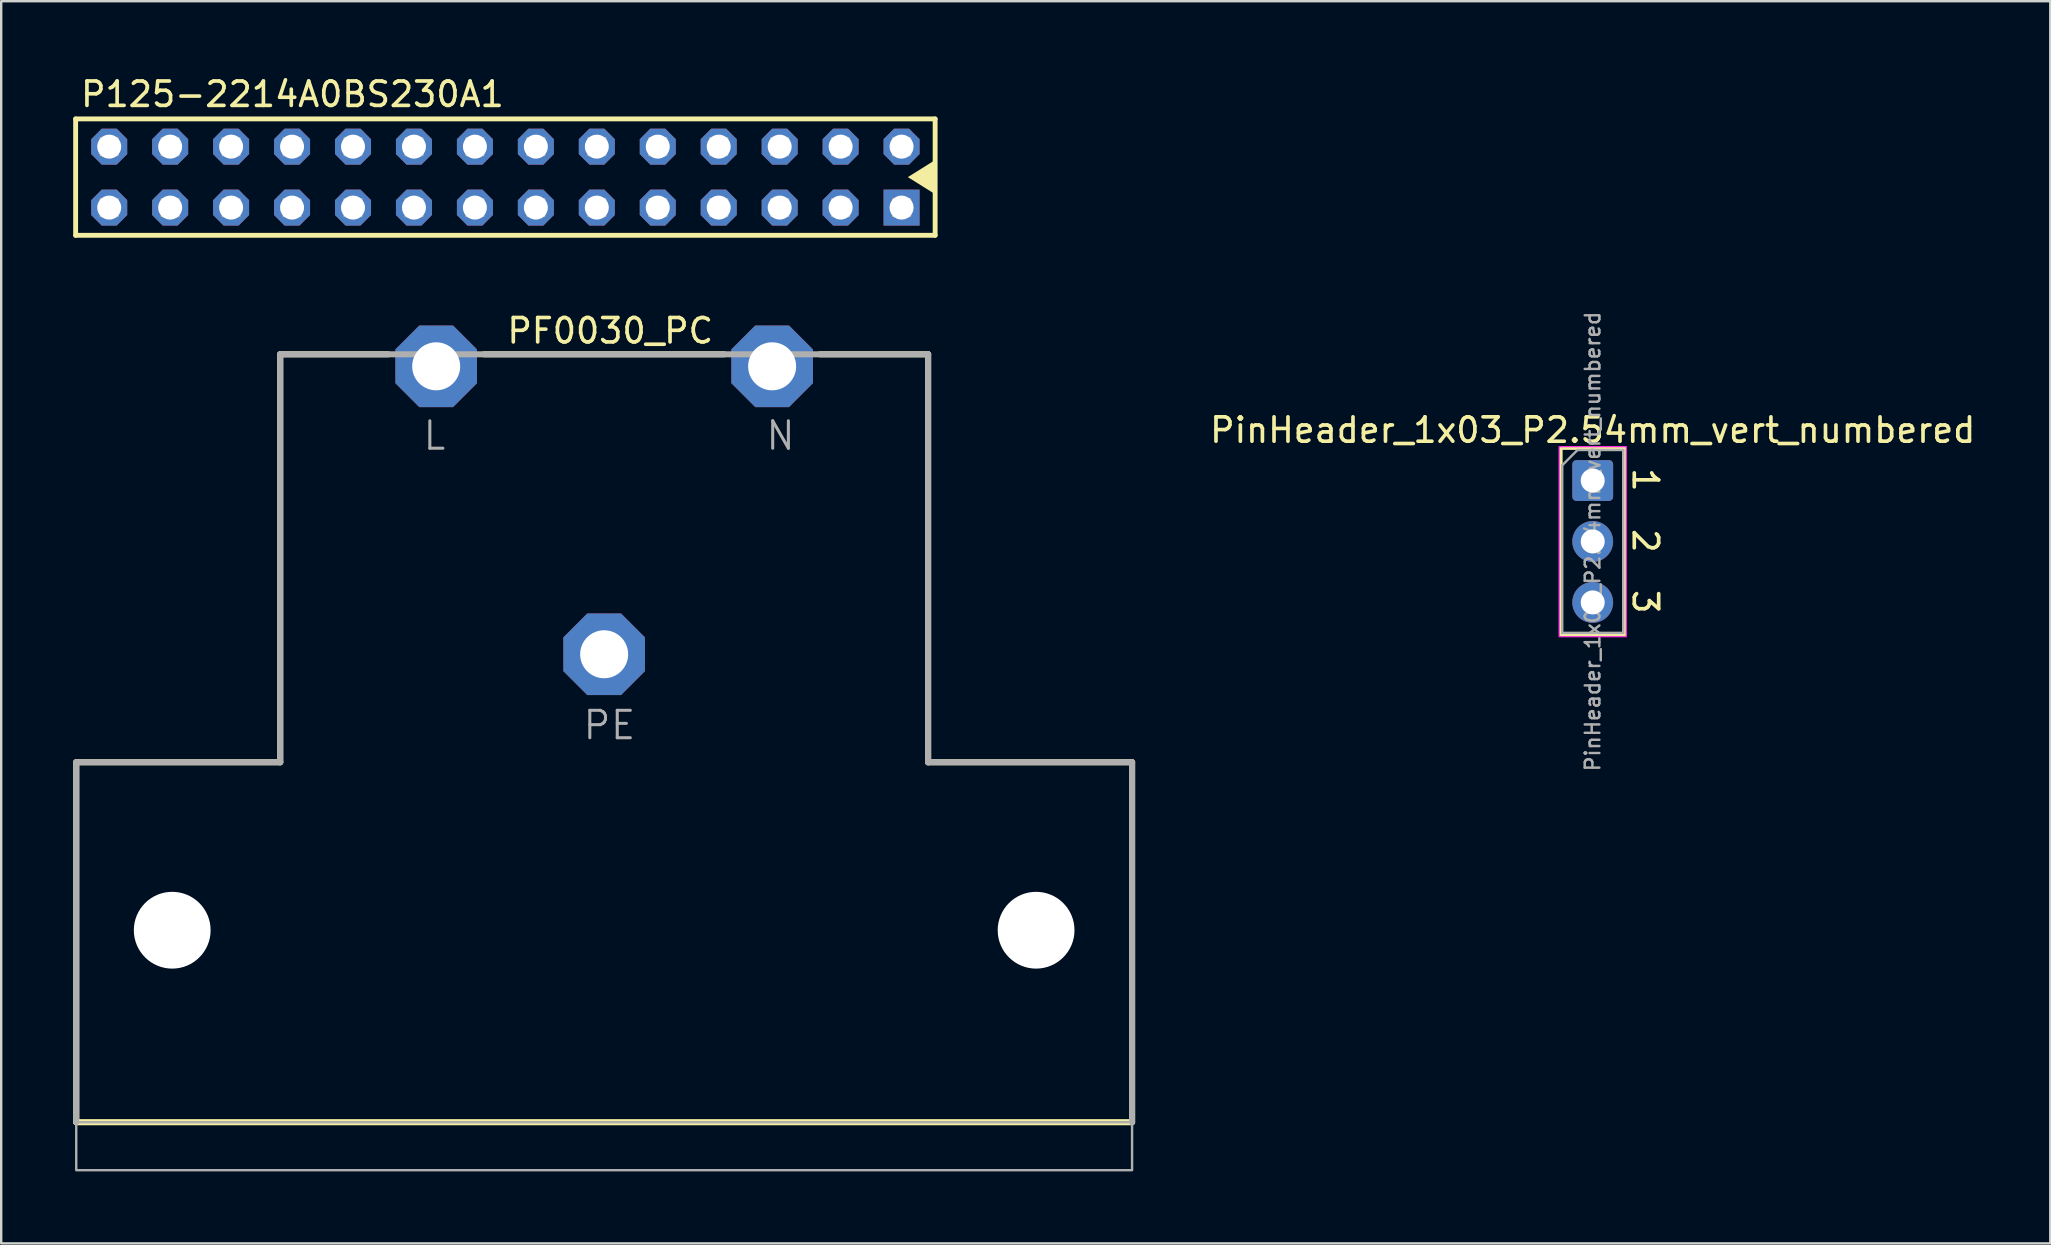
<source format=kicad_pcb>
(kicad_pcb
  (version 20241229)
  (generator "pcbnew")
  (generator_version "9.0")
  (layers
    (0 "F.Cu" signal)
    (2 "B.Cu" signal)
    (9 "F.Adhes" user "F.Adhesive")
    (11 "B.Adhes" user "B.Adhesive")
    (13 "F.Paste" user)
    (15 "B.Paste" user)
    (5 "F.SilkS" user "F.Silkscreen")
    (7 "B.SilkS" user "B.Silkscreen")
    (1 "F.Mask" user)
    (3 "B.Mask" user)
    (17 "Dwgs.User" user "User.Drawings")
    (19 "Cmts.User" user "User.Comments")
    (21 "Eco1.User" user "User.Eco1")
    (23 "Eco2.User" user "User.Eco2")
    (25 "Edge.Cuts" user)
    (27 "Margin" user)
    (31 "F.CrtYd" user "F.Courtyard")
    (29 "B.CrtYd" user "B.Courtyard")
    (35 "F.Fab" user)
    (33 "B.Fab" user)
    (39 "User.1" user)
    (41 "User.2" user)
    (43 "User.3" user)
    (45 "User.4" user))
  (footprint "PF0030_PC"
    (layer "F.Cu")
    (at 22.127 43.715)
    (property "Reference" "PF0030_PC" (at -4.128 -32.385 0) (layer "F.SilkS") (effects (font (size 1.016 1.016) (thickness 0.152)) (justify left bottom)))
    (attr through_hole)
    (fp_line (start -22 -15) (end -22 0) (stroke (width 0.254) (type solid)) (layer "F.SilkS"))
    (fp_line (start -22 0) (end 22 0) (stroke (width 0.254) (type solid)) (layer "F.SilkS"))
    (fp_line (start -13.5 -32) (end -13.5 -15) (stroke (width 0.254) (type solid)) (layer "F.SilkS"))
    (fp_line (start -13.5 -15) (end -22 -15) (stroke (width 0.254) (type solid)) (layer "F.SilkS"))
    (fp_line (start -9 -32) (end -13.5 -32) (stroke (width 0.254) (type solid)) (layer "F.SilkS"))
    (fp_line (start 5 -32) (end -5 -32) (stroke (width 0.254) (type solid)) (layer "F.SilkS"))
    (fp_line (start 9 -32) (end 13.5 -32) (stroke (width 0.254) (type solid)) (layer "F.SilkS"))
    (fp_line (start 13.5 -15) (end 13.5 -32) (stroke (width 0.254) (type solid)) (layer "F.SilkS"))
    (fp_line (start 22 -15) (end 13.5 -15) (stroke (width 0.254) (type solid)) (layer "F.SilkS"))
    (fp_line (start 22 0) (end 22 -15) (stroke (width 0.254) (type solid)) (layer "F.SilkS"))
    (fp_line (start -22 -15) (end -22 0) (stroke (width 0.254) (type solid)) (layer "F.Fab"))
    (fp_line (start -13.5 -32) (end -13.5 -15) (stroke (width 0.254) (type solid)) (layer "F.Fab"))
    (fp_line (start -13.5 -15) (end -22 -15) (stroke (width 0.254) (type solid)) (layer "F.Fab"))
    (fp_line (start 13.5 -32) (end -13.5 -32) (stroke (width 0.254) (type solid)) (layer "F.Fab"))
    (fp_line (start 13.5 -15) (end 13.5 -32) (stroke (width 0.254) (type solid)) (layer "F.Fab"))
    (fp_line (start 22 -15) (end 13.5 -15) (stroke (width 0.254) (type solid)) (layer "F.Fab"))
    (fp_line (start 22 0) (end 22 -15) (stroke (width 0.254) (type solid)) (layer "F.Fab"))
    (fp_poly (pts (xy -22 2) (xy 22 2) (xy 22 0) (xy -22 0)) (stroke (width 0.1) (type default)) (fill no) (layer "F.Fab"))
    (fp_text user "N" (at 6.668 -27.94 0) (layer "F.Fab") (effects (font (size 1.143 1.143) (thickness 0.127)) (justify left bottom)))
    (fp_text user "L" (at -7.62 -27.94 0) (layer "F.Fab") (effects (font (size 1.143 1.143) (thickness 0.127)) (justify left bottom)))
    (fp_text user "PE" (at -0.953 -15.875 0) (layer "F.Fab") (effects (font (size 1.143 1.143) (thickness 0.127)) (justify left bottom)))
    (pad "" np_thru_hole circle (at -18 -8) (size 3.2 3.2) (drill 3.2) (layers "*.Cu" "*.Mask"))
    (pad "" np_thru_hole circle (at 18 -8) (size 3.2 3.2) (drill 3.2) (layers "*.Cu" "*.Mask"))
    (pad "L" thru_hole roundrect (at -7 -31.5 270) (size 3.4 3.4) (drill 2) (layers "*.Cu" "*.Mask") (roundrect_rratio 0.25) (chamfer_ratio 0.293) (chamfer top_left top_right bottom_left bottom_right))
    (pad "N" thru_hole roundrect (at 7 -31.5 270) (size 3.4 3.4) (drill 2) (layers "*.Cu" "*.Mask") (roundrect_rratio 0.25) (chamfer_ratio 0.293) (chamfer top_left top_right bottom_left bottom_right))
    (pad "PE" thru_hole roundrect (at 0 -19.5 270) (size 3.4 3.4) (drill 2) (layers "*.Cu" "*.Mask") (roundrect_rratio 0.25) (chamfer_ratio 0.293) (chamfer top_left top_right bottom_left bottom_right)))
  (footprint "P125-2214A0BS230A1"
    (layer "F.Cu")
    (at 1.501 5.601)
    (property "Reference" "P125-2214A0BS230A1" (at -1.27 -4.128 0) (layer "F.SilkS") (effects (font (size 1.016 1.016) (thickness 0.152)) (justify left bottom)))
    (attr through_hole)
    (fp_line (start -1.399 -3.695) (end 34.419 -3.695) (stroke (width 0.203) (type solid)) (layer "F.SilkS"))
    (fp_line (start -1.399 1.155) (end -1.399 -3.695) (stroke (width 0.203) (type solid)) (layer "F.SilkS"))
    (fp_line (start 34.419 -3.695) (end 34.419 1.155) (stroke (width 0.203) (type solid)) (layer "F.SilkS"))
    (fp_line (start 34.419 1.155) (end -1.399 1.155) (stroke (width 0.203) (type solid)) (layer "F.SilkS"))
    (fp_poly (pts (xy 34.48 -0.52) (xy 33.281 -1.27) (xy 34.48 -2.02)) (stroke (width 0) (type default)) (fill yes) (layer "F.SilkS"))
    (fp_poly (pts (xy -0.35 -2.19) (xy 0.35 -2.19) (xy 0.35 -2.89) (xy -0.35 -2.89)) (stroke (width 0.1) (type default)) (fill no) (layer "F.Fab"))
    (fp_poly (pts (xy -0.35 0.35) (xy 0.35 0.35) (xy 0.35 -0.35) (xy -0.35 -0.35)) (stroke (width 0.1) (type default)) (fill no) (layer "F.Fab"))
    (fp_poly (pts (xy 2.19 -2.19) (xy 2.89 -2.19) (xy 2.89 -2.89) (xy 2.19 -2.89)) (stroke (width 0.1) (type default)) (fill no) (layer "F.Fab"))
    (fp_poly (pts (xy 2.19 0.35) (xy 2.89 0.35) (xy 2.89 -0.35) (xy 2.19 -0.35)) (stroke (width 0.1) (type default)) (fill no) (layer "F.Fab"))
    (fp_poly (pts (xy 4.73 -2.19) (xy 5.43 -2.19) (xy 5.43 -2.89) (xy 4.73 -2.89)) (stroke (width 0.1) (type default)) (fill no) (layer "F.Fab"))
    (fp_poly (pts (xy 4.73 0.35) (xy 5.43 0.35) (xy 5.43 -0.35) (xy 4.73 -0.35)) (stroke (width 0.1) (type default)) (fill no) (layer "F.Fab"))
    (fp_poly (pts (xy 7.27 -2.19) (xy 7.97 -2.19) (xy 7.97 -2.89) (xy 7.27 -2.89)) (stroke (width 0.1) (type default)) (fill no) (layer "F.Fab"))
    (fp_poly (pts (xy 7.27 0.35) (xy 7.97 0.35) (xy 7.97 -0.35) (xy 7.27 -0.35)) (stroke (width 0.1) (type default)) (fill no) (layer "F.Fab"))
    (fp_poly (pts (xy 9.81 -2.19) (xy 10.51 -2.19) (xy 10.51 -2.89) (xy 9.81 -2.89)) (stroke (width 0.1) (type default)) (fill no) (layer "F.Fab"))
    (fp_poly (pts (xy 9.81 0.35) (xy 10.51 0.35) (xy 10.51 -0.35) (xy 9.81 -0.35)) (stroke (width 0.1) (type default)) (fill no) (layer "F.Fab"))
    (fp_poly (pts (xy 12.35 -2.19) (xy 13.05 -2.19) (xy 13.05 -2.89) (xy 12.35 -2.89)) (stroke (width 0.1) (type default)) (fill no) (layer "F.Fab"))
    (fp_poly (pts (xy 12.35 0.35) (xy 13.05 0.35) (xy 13.05 -0.35) (xy 12.35 -0.35)) (stroke (width 0.1) (type default)) (fill no) (layer "F.Fab"))
    (fp_poly (pts (xy 14.89 -2.19) (xy 15.59 -2.19) (xy 15.59 -2.89) (xy 14.89 -2.89)) (stroke (width 0.1) (type default)) (fill no) (layer "F.Fab"))
    (fp_poly (pts (xy 14.89 0.35) (xy 15.59 0.35) (xy 15.59 -0.35) (xy 14.89 -0.35)) (stroke (width 0.1) (type default)) (fill no) (layer "F.Fab"))
    (fp_poly (pts (xy 17.43 -2.19) (xy 18.13 -2.19) (xy 18.13 -2.89) (xy 17.43 -2.89)) (stroke (width 0.1) (type default)) (fill no) (layer "F.Fab"))
    (fp_poly (pts (xy 17.43 0.35) (xy 18.13 0.35) (xy 18.13 -0.35) (xy 17.43 -0.35)) (stroke (width 0.1) (type default)) (fill no) (layer "F.Fab"))
    (fp_poly (pts (xy 19.97 -2.19) (xy 20.67 -2.19) (xy 20.67 -2.89) (xy 19.97 -2.89)) (stroke (width 0.1) (type default)) (fill no) (layer "F.Fab"))
    (fp_poly (pts (xy 19.97 0.35) (xy 20.67 0.35) (xy 20.67 -0.35) (xy 19.97 -0.35)) (stroke (width 0.1) (type default)) (fill no) (layer "F.Fab"))
    (fp_poly (pts (xy 22.51 -2.19) (xy 23.21 -2.19) (xy 23.21 -2.89) (xy 22.51 -2.89)) (stroke (width 0.1) (type default)) (fill no) (layer "F.Fab"))
    (fp_poly (pts (xy 22.51 0.35) (xy 23.21 0.35) (xy 23.21 -0.35) (xy 22.51 -0.35)) (stroke (width 0.1) (type default)) (fill no) (layer "F.Fab"))
    (fp_poly (pts (xy 25.05 -2.19) (xy 25.75 -2.19) (xy 25.75 -2.89) (xy 25.05 -2.89)) (stroke (width 0.1) (type default)) (fill no) (layer "F.Fab"))
    (fp_poly (pts (xy 25.05 0.35) (xy 25.75 0.35) (xy 25.75 -0.35) (xy 25.05 -0.35)) (stroke (width 0.1) (type default)) (fill no) (layer "F.Fab"))
    (fp_poly (pts (xy 27.59 -2.19) (xy 28.29 -2.19) (xy 28.29 -2.89) (xy 27.59 -2.89)) (stroke (width 0.1) (type default)) (fill no) (layer "F.Fab"))
    (fp_poly (pts (xy 27.59 0.35) (xy 28.29 0.35) (xy 28.29 -0.35) (xy 27.59 -0.35)) (stroke (width 0.1) (type default)) (fill no) (layer "F.Fab"))
    (fp_poly (pts (xy 30.13 -2.19) (xy 30.83 -2.19) (xy 30.83 -2.89) (xy 30.13 -2.89)) (stroke (width 0.1) (type default)) (fill no) (layer "F.Fab"))
    (fp_poly (pts (xy 30.13 0.35) (xy 30.83 0.35) (xy 30.83 -0.35) (xy 30.13 -0.35)) (stroke (width 0.1) (type default)) (fill no) (layer "F.Fab"))
    (fp_poly (pts (xy 32.67 -2.19) (xy 33.37 -2.19) (xy 33.37 -2.89) (xy 32.67 -2.89)) (stroke (width 0.1) (type default)) (fill no) (layer "F.Fab"))
    (fp_poly (pts (xy 32.67 0.35) (xy 33.37 0.35) (xy 33.37 -0.35) (xy 32.67 -0.35)) (stroke (width 0.1) (type default)) (fill no) (layer "F.Fab"))
    (pad "1" thru_hole rect (at 33.02 0 180) (size 1.5 1.5) (drill 1) (layers "*.Cu" "*.Mask"))
    (pad "2" thru_hole roundrect (at 33.02 -2.54 180) (size 1.5 1.5) (drill 1) (layers "*.Cu" "*.Mask") (roundrect_rratio 0.25) (chamfer_ratio 0.293) (chamfer top_left top_right bottom_left bottom_right))
    (pad "3" thru_hole roundrect (at 30.48 0 180) (size 1.5 1.5) (drill 1) (layers "*.Cu" "*.Mask") (roundrect_rratio 0.25) (chamfer_ratio 0.293) (chamfer top_left top_right bottom_left bottom_right))
    (pad "4" thru_hole roundrect (at 30.48 -2.54 180) (size 1.5 1.5) (drill 1) (layers "*.Cu" "*.Mask") (roundrect_rratio 0.25) (chamfer_ratio 0.293) (chamfer top_left top_right bottom_left bottom_right))
    (pad "5" thru_hole roundrect (at 27.94 0 180) (size 1.5 1.5) (drill 1) (layers "*.Cu" "*.Mask") (roundrect_rratio 0.25) (chamfer_ratio 0.293) (chamfer top_left top_right bottom_left bottom_right))
    (pad "6" thru_hole roundrect (at 27.94 -2.54 180) (size 1.5 1.5) (drill 1) (layers "*.Cu" "*.Mask") (roundrect_rratio 0.25) (chamfer_ratio 0.293) (chamfer top_left top_right bottom_left bottom_right))
    (pad "7" thru_hole roundrect (at 25.4 0 180) (size 1.5 1.5) (drill 1) (layers "*.Cu" "*.Mask") (roundrect_rratio 0.25) (chamfer_ratio 0.293) (chamfer top_left top_right bottom_left bottom_right))
    (pad "8" thru_hole roundrect (at 25.4 -2.54 180) (size 1.5 1.5) (drill 1) (layers "*.Cu" "*.Mask") (roundrect_rratio 0.25) (chamfer_ratio 0.293) (chamfer top_left top_right bottom_left bottom_right))
    (pad "9" thru_hole roundrect (at 22.86 0 180) (size 1.5 1.5) (drill 1) (layers "*.Cu" "*.Mask") (roundrect_rratio 0.25) (chamfer_ratio 0.293) (chamfer top_left top_right bottom_left bottom_right))
    (pad "10" thru_hole roundrect (at 22.86 -2.54 180) (size 1.5 1.5) (drill 1) (layers "*.Cu" "*.Mask") (roundrect_rratio 0.25) (chamfer_ratio 0.293) (chamfer top_left top_right bottom_left bottom_right))
    (pad "11" thru_hole roundrect (at 20.32 0 180) (size 1.5 1.5) (drill 1) (layers "*.Cu" "*.Mask") (roundrect_rratio 0.25) (chamfer_ratio 0.293) (chamfer top_left top_right bottom_left bottom_right))
    (pad "12" thru_hole roundrect (at 20.32 -2.54 180) (size 1.5 1.5) (drill 1) (layers "*.Cu" "*.Mask") (roundrect_rratio 0.25) (chamfer_ratio 0.293) (chamfer top_left top_right bottom_left bottom_right))
    (pad "13" thru_hole roundrect (at 17.78 0 180) (size 1.5 1.5) (drill 1) (layers "*.Cu" "*.Mask") (roundrect_rratio 0.25) (chamfer_ratio 0.293) (chamfer top_left top_right bottom_left bottom_right))
    (pad "14" thru_hole roundrect (at 17.78 -2.54 180) (size 1.5 1.5) (drill 1) (layers "*.Cu" "*.Mask") (roundrect_rratio 0.25) (chamfer_ratio 0.293) (chamfer top_left top_right bottom_left bottom_right))
    (pad "15" thru_hole roundrect (at 15.24 0 180) (size 1.5 1.5) (drill 1) (layers "*.Cu" "*.Mask") (roundrect_rratio 0.25) (chamfer_ratio 0.293) (chamfer top_left top_right bottom_left bottom_right))
    (pad "16" thru_hole roundrect (at 15.24 -2.54 180) (size 1.5 1.5) (drill 1) (layers "*.Cu" "*.Mask") (roundrect_rratio 0.25) (chamfer_ratio 0.293) (chamfer top_left top_right bottom_left bottom_right))
    (pad "17" thru_hole roundrect (at 12.7 0 180) (size 1.5 1.5) (drill 1) (layers "*.Cu" "*.Mask") (roundrect_rratio 0.25) (chamfer_ratio 0.293) (chamfer top_left top_right bottom_left bottom_right))
    (pad "18" thru_hole roundrect (at 12.7 -2.54 180) (size 1.5 1.5) (drill 1) (layers "*.Cu" "*.Mask") (roundrect_rratio 0.25) (chamfer_ratio 0.293) (chamfer top_left top_right bottom_left bottom_right))
    (pad "19" thru_hole roundrect (at 10.16 0 180) (size 1.5 1.5) (drill 1) (layers "*.Cu" "*.Mask") (roundrect_rratio 0.25) (chamfer_ratio 0.293) (chamfer top_left top_right bottom_left bottom_right))
    (pad "20" thru_hole roundrect (at 10.16 -2.54 180) (size 1.5 1.5) (drill 1) (layers "*.Cu" "*.Mask") (roundrect_rratio 0.25) (chamfer_ratio 0.293) (chamfer top_left top_right bottom_left bottom_right))
    (pad "21" thru_hole roundrect (at 7.62 0 180) (size 1.5 1.5) (drill 1) (layers "*.Cu" "*.Mask") (roundrect_rratio 0.25) (chamfer_ratio 0.293) (chamfer top_left top_right bottom_left bottom_right))
    (pad "22" thru_hole roundrect (at 7.62 -2.54 180) (size 1.5 1.5) (drill 1) (layers "*.Cu" "*.Mask") (roundrect_rratio 0.25) (chamfer_ratio 0.293) (chamfer top_left top_right bottom_left bottom_right))
    (pad "23" thru_hole roundrect (at 5.08 0 180) (size 1.5 1.5) (drill 1) (layers "*.Cu" "*.Mask") (roundrect_rratio 0.25) (chamfer_ratio 0.293) (chamfer top_left top_right bottom_left bottom_right))
    (pad "24" thru_hole roundrect (at 5.08 -2.54 180) (size 1.5 1.5) (drill 1) (layers "*.Cu" "*.Mask") (roundrect_rratio 0.25) (chamfer_ratio 0.293) (chamfer top_left top_right bottom_left bottom_right))
    (pad "25" thru_hole roundrect (at 2.54 0 180) (size 1.5 1.5) (drill 1) (layers "*.Cu" "*.Mask") (roundrect_rratio 0.25) (chamfer_ratio 0.293) (chamfer top_left top_right bottom_left bottom_right))
    (pad "26" thru_hole roundrect (at 2.54 -2.54 180) (size 1.5 1.5) (drill 1) (layers "*.Cu" "*.Mask") (roundrect_rratio 0.25) (chamfer_ratio 0.293) (chamfer top_left top_right bottom_left bottom_right))
    (pad "27" thru_hole roundrect (at 0 0 180) (size 1.5 1.5) (drill 1) (layers "*.Cu" "*.Mask") (roundrect_rratio 0.25) (chamfer_ratio 0.293) (chamfer top_left top_right bottom_left bottom_right))
    (pad "28" thru_hole roundrect (at 0 -2.54 180) (size 1.5 1.5) (drill 1) (layers "*.Cu" "*.Mask") (roundrect_rratio 0.25) (chamfer_ratio 0.293) (chamfer top_left top_right bottom_left bottom_right)))
  (footprint "PinHeader_1x03_P2.54mm_vert_numbered"
    (layer "F.Cu")
    (at 63.323 16.974)
    (property "Reference" "PinHeader_1x03_P2.54mm_vert_numbered" (at 0 -2.1 0) (layer "F.SilkS") (effects (font (size 1.016 1.016) (thickness 0.152))))
    (attr through_hole)
    (fp_rect (start -1.33 -1.354) (end 1.33 6.436) (stroke (width 0.152) (type solid)) (fill no) (layer "F.SilkS"))
    (fp_rect (start -1.4 -1.41) (end 1.4 6.51) (stroke (width 0.05) (type default)) (fill no) (layer "F.CrtYd"))
    (fp_line (start -1.27 -0.635) (end -0.635 -1.27) (stroke (width 0.1) (type solid)) (layer "F.Fab"))
    (fp_line (start -1.27 6.35) (end -1.27 -0.635) (stroke (width 0.1) (type solid)) (layer "F.Fab"))
    (fp_line (start -0.635 -1.27) (end 1.27 -1.27) (stroke (width 0.1) (type solid)) (layer "F.Fab"))
    (fp_line (start 1.27 -1.27) (end 1.27 6.35) (stroke (width 0.1) (type solid)) (layer "F.Fab"))
    (fp_line (start 1.27 6.35) (end -1.27 6.35) (stroke (width 0.1) (type solid)) (layer "F.Fab"))
    (fp_text user "1" (at 1.6 -0.611 270) (unlocked yes) (layer "F.SilkS") (effects (font (size 1.016 1.016) (thickness 0.152)) (justify left bottom)))
    (fp_text user "3" (at 1.6 4.469 270) (unlocked yes) (layer "F.SilkS") (effects (font (size 1.016 1.016) (thickness 0.152)) (justify left bottom)))
    (fp_text user "2" (at 1.6 1.929 270) (unlocked yes) (layer "F.SilkS") (effects (font (size 1.016 1.016) (thickness 0.152)) (justify left bottom)))
    (fp_text user "${REFERENCE}" (at 0 2.54 90) (layer "F.Fab") (effects (font (size 0.61 0.61) (thickness 0.102) (bold yes))))
    (pad "1" thru_hole roundrect (at 0 0) (size 1.7 1.7) (drill 1) (layers "*.Cu" "*.Mask") (roundrect_rratio 0.1))
    (pad "2" thru_hole circle (at 0 2.54) (size 1.7 1.7) (drill 1) (layers "*.Cu" "*.Mask"))
    (pad "3" thru_hole circle (at 0 5.08) (size 1.7 1.7) (drill 1) (layers "*.Cu" "*.Mask")))
  (gr_rect
    (start -3 -3)
    (end 82.391 48.766)
    (stroke (width 0.1) (type default))
    (fill no)
    (layer "Edge.Cuts")))
</source>
